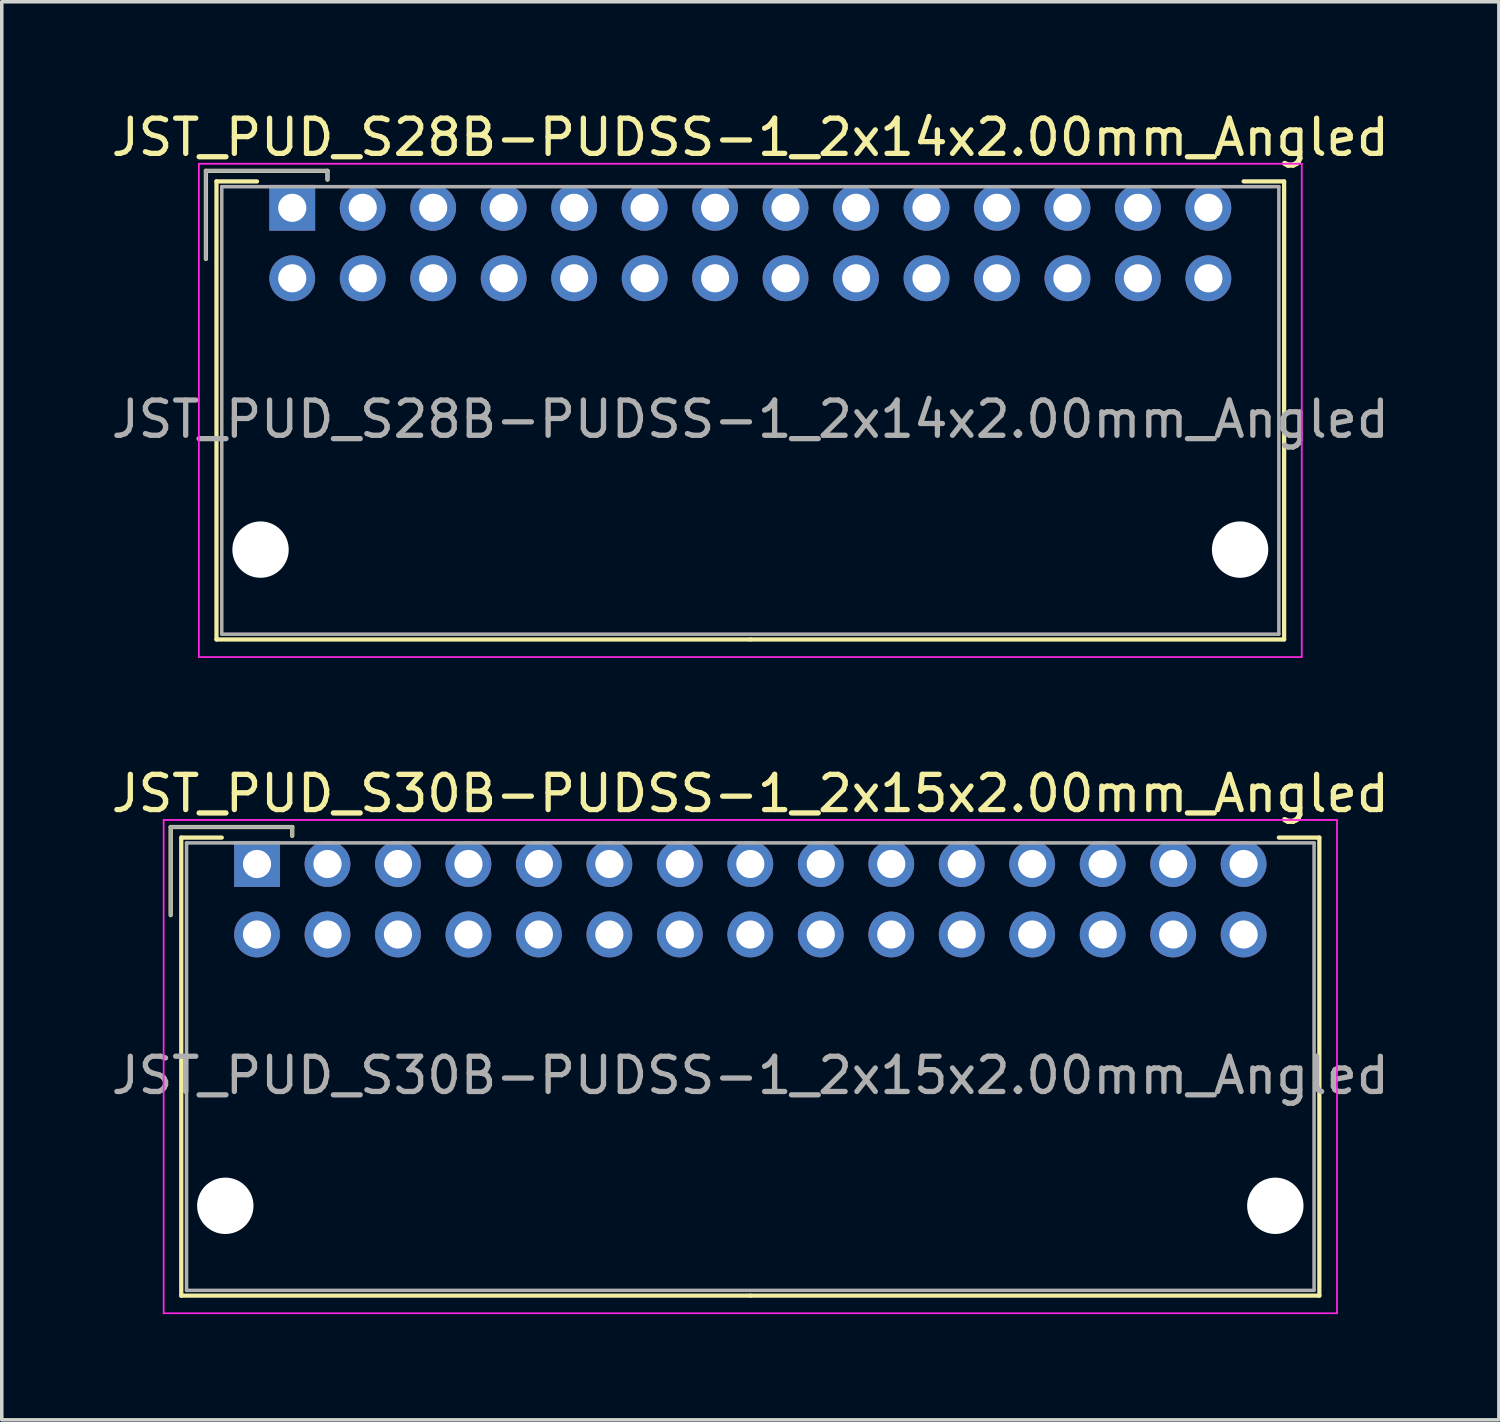
<source format=kicad_pcb>
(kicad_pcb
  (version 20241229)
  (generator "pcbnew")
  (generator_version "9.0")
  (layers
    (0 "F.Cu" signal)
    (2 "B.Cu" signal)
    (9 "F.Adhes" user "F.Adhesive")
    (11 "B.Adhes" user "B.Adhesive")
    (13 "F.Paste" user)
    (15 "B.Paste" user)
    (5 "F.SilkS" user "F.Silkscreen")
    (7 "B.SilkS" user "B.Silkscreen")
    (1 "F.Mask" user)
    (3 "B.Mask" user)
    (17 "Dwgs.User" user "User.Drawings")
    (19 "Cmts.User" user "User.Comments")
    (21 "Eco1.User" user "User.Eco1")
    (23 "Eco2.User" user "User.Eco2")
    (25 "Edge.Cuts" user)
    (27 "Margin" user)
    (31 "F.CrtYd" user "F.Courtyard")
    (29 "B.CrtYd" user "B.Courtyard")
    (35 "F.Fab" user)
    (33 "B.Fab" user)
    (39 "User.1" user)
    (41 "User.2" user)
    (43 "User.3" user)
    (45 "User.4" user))
  (footprint "JST_PUD_S28B-PUDSS-1_2x14x2.00mm_Angled"
    (layer "F.Cu")
    (at 5.244 2.848)
    (property "Reference" "JST_PUD_S28B-PUDSS-1_2x14x2.00mm_Angled" (at 13 -2 0) (layer "F.SilkS") (effects (font (size 1 1) (thickness 0.15))))
    (attr through_hole)
    (fp_line (start -2.45 -1.05) (end -2.45 1.45) (stroke (width 0.12) (type solid)) (layer "F.SilkS"))
    (fp_line (start -2.15 -0.75) (end -2.15 12.25) (stroke (width 0.12) (type solid)) (layer "F.SilkS"))
    (fp_line (start -2.15 12.25) (end 13 12.25) (stroke (width 0.12) (type solid)) (layer "F.SilkS"))
    (fp_line (start -1 -0.75) (end -2.15 -0.75) (stroke (width 0.12) (type solid)) (layer "F.SilkS"))
    (fp_line (start 1 -1.05) (end -2.45 -1.05) (stroke (width 0.12) (type solid)) (layer "F.SilkS"))
    (fp_line (start 1 -0.8) (end 1 -1.05) (stroke (width 0.12) (type solid)) (layer "F.SilkS"))
    (fp_line (start 27 -0.75) (end 28.15 -0.75) (stroke (width 0.12) (type solid)) (layer "F.SilkS"))
    (fp_line (start 28.15 -0.75) (end 28.15 12.25) (stroke (width 0.12) (type solid)) (layer "F.SilkS"))
    (fp_line (start 28.15 12.25) (end 13 12.25) (stroke (width 0.12) (type solid)) (layer "F.SilkS"))
    (fp_line (start -2.65 -1.25) (end -2.65 12.75) (stroke (width 0.05) (type solid)) (layer "F.CrtYd"))
    (fp_line (start -2.65 12.75) (end 28.65 12.75) (stroke (width 0.05) (type solid)) (layer "F.CrtYd"))
    (fp_line (start 28.65 -1.25) (end -2.65 -1.25) (stroke (width 0.05) (type solid)) (layer "F.CrtYd"))
    (fp_line (start 28.65 12.75) (end 28.65 -1.25) (stroke (width 0.05) (type solid)) (layer "F.CrtYd"))
    (fp_line (start -2.45 -1.05) (end -2.45 1.45) (stroke (width 0.1) (type solid)) (layer "F.Fab"))
    (fp_line (start -2 -0.6) (end -2 12.1) (stroke (width 0.1) (type solid)) (layer "F.Fab"))
    (fp_line (start -2 12.1) (end 28 12.1) (stroke (width 0.1) (type solid)) (layer "F.Fab"))
    (fp_line (start 1 -1.05) (end -2.45 -1.05) (stroke (width 0.1) (type solid)) (layer "F.Fab"))
    (fp_line (start 1 -0.8) (end 1 -1.05) (stroke (width 0.1) (type solid)) (layer "F.Fab"))
    (fp_line (start 28 -0.6) (end -2 -0.6) (stroke (width 0.1) (type solid)) (layer "F.Fab"))
    (fp_line (start 28 12.1) (end 28 -0.6) (stroke (width 0.1) (type solid)) (layer "F.Fab"))
    (fp_text user "${REFERENCE}" (at 13 6 0) (layer "F.Fab") (effects (font (size 1 1) (thickness 0.15))))
    (pad "" np_thru_hole circle (at -0.9 9.7) (size 1.6 1.6) (drill 1.6) (layers "*.Cu"))
    (pad "" np_thru_hole circle (at 26.9 9.7) (size 1.6 1.6) (drill 1.6) (layers "*.Cu"))
    (pad "1" thru_hole rect (at 0 0) (size 1.3 1.3) (drill 0.8) (layers "*.Cu" "*.Mask"))
    (pad "2" thru_hole circle (at 0 2) (size 1.3 1.3) (drill 0.8) (layers "*.Cu" "*.Mask"))
    (pad "3" thru_hole circle (at 2 0) (size 1.3 1.3) (drill 0.8) (layers "*.Cu" "*.Mask"))
    (pad "4" thru_hole circle (at 2 2) (size 1.3 1.3) (drill 0.8) (layers "*.Cu" "*.Mask"))
    (pad "5" thru_hole circle (at 4 0) (size 1.3 1.3) (drill 0.8) (layers "*.Cu" "*.Mask"))
    (pad "6" thru_hole circle (at 4 2) (size 1.3 1.3) (drill 0.8) (layers "*.Cu" "*.Mask"))
    (pad "7" thru_hole circle (at 6 0) (size 1.3 1.3) (drill 0.8) (layers "*.Cu" "*.Mask"))
    (pad "8" thru_hole circle (at 6 2) (size 1.3 1.3) (drill 0.8) (layers "*.Cu" "*.Mask"))
    (pad "9" thru_hole circle (at 8 0) (size 1.3 1.3) (drill 0.8) (layers "*.Cu" "*.Mask"))
    (pad "10" thru_hole circle (at 8 2) (size 1.3 1.3) (drill 0.8) (layers "*.Cu" "*.Mask"))
    (pad "11" thru_hole circle (at 10 0) (size 1.3 1.3) (drill 0.8) (layers "*.Cu" "*.Mask"))
    (pad "12" thru_hole circle (at 10 2) (size 1.3 1.3) (drill 0.8) (layers "*.Cu" "*.Mask"))
    (pad "13" thru_hole circle (at 12 0) (size 1.3 1.3) (drill 0.8) (layers "*.Cu" "*.Mask"))
    (pad "14" thru_hole circle (at 12 2) (size 1.3 1.3) (drill 0.8) (layers "*.Cu" "*.Mask"))
    (pad "15" thru_hole circle (at 14 0) (size 1.3 1.3) (drill 0.8) (layers "*.Cu" "*.Mask"))
    (pad "16" thru_hole circle (at 14 2) (size 1.3 1.3) (drill 0.8) (layers "*.Cu" "*.Mask"))
    (pad "17" thru_hole circle (at 16 0) (size 1.3 1.3) (drill 0.8) (layers "*.Cu" "*.Mask"))
    (pad "18" thru_hole circle (at 16 2) (size 1.3 1.3) (drill 0.8) (layers "*.Cu" "*.Mask"))
    (pad "19" thru_hole circle (at 18 0) (size 1.3 1.3) (drill 0.8) (layers "*.Cu" "*.Mask"))
    (pad "20" thru_hole circle (at 18 2) (size 1.3 1.3) (drill 0.8) (layers "*.Cu" "*.Mask"))
    (pad "21" thru_hole circle (at 20 0) (size 1.3 1.3) (drill 0.8) (layers "*.Cu" "*.Mask"))
    (pad "22" thru_hole circle (at 20 2) (size 1.3 1.3) (drill 0.8) (layers "*.Cu" "*.Mask"))
    (pad "23" thru_hole circle (at 22 0) (size 1.3 1.3) (drill 0.8) (layers "*.Cu" "*.Mask"))
    (pad "24" thru_hole circle (at 22 2) (size 1.3 1.3) (drill 0.8) (layers "*.Cu" "*.Mask"))
    (pad "25" thru_hole circle (at 24 0) (size 1.3 1.3) (drill 0.8) (layers "*.Cu" "*.Mask"))
    (pad "26" thru_hole circle (at 24 2) (size 1.3 1.3) (drill 0.8) (layers "*.Cu" "*.Mask"))
    (pad "27" thru_hole circle (at 26 0) (size 1.3 1.3) (drill 0.8) (layers "*.Cu" "*.Mask"))
    (pad "28" thru_hole circle (at 26 2) (size 1.3 1.3) (drill 0.8) (layers "*.Cu" "*.Mask")))
  (footprint "JST_PUD_S30B-PUDSS-1_2x15x2.00mm_Angled"
    (layer "F.Cu")
    (at 4.244 21.471)
    (property "Reference" "JST_PUD_S30B-PUDSS-1_2x15x2.00mm_Angled" (at 14 -2 0) (layer "F.SilkS") (effects (font (size 1 1) (thickness 0.15))))
    (attr through_hole)
    (fp_line (start -2.45 -1.05) (end -2.45 1.45) (stroke (width 0.12) (type solid)) (layer "F.SilkS"))
    (fp_line (start -2.15 -0.75) (end -2.15 12.25) (stroke (width 0.12) (type solid)) (layer "F.SilkS"))
    (fp_line (start -2.15 12.25) (end 14 12.25) (stroke (width 0.12) (type solid)) (layer "F.SilkS"))
    (fp_line (start -1 -0.75) (end -2.15 -0.75) (stroke (width 0.12) (type solid)) (layer "F.SilkS"))
    (fp_line (start 1 -1.05) (end -2.45 -1.05) (stroke (width 0.12) (type solid)) (layer "F.SilkS"))
    (fp_line (start 1 -0.8) (end 1 -1.05) (stroke (width 0.12) (type solid)) (layer "F.SilkS"))
    (fp_line (start 29 -0.75) (end 30.15 -0.75) (stroke (width 0.12) (type solid)) (layer "F.SilkS"))
    (fp_line (start 30.15 -0.75) (end 30.15 12.25) (stroke (width 0.12) (type solid)) (layer "F.SilkS"))
    (fp_line (start 30.15 12.25) (end 14 12.25) (stroke (width 0.12) (type solid)) (layer "F.SilkS"))
    (fp_line (start -2.65 -1.25) (end -2.65 12.75) (stroke (width 0.05) (type solid)) (layer "F.CrtYd"))
    (fp_line (start -2.65 12.75) (end 30.65 12.75) (stroke (width 0.05) (type solid)) (layer "F.CrtYd"))
    (fp_line (start 30.65 -1.25) (end -2.65 -1.25) (stroke (width 0.05) (type solid)) (layer "F.CrtYd"))
    (fp_line (start 30.65 12.75) (end 30.65 -1.25) (stroke (width 0.05) (type solid)) (layer "F.CrtYd"))
    (fp_line (start -2.45 -1.05) (end -2.45 1.45) (stroke (width 0.1) (type solid)) (layer "F.Fab"))
    (fp_line (start -2 -0.6) (end -2 12.1) (stroke (width 0.1) (type solid)) (layer "F.Fab"))
    (fp_line (start -2 12.1) (end 30 12.1) (stroke (width 0.1) (type solid)) (layer "F.Fab"))
    (fp_line (start 1 -1.05) (end -2.45 -1.05) (stroke (width 0.1) (type solid)) (layer "F.Fab"))
    (fp_line (start 1 -0.8) (end 1 -1.05) (stroke (width 0.1) (type solid)) (layer "F.Fab"))
    (fp_line (start 30 -0.6) (end -2 -0.6) (stroke (width 0.1) (type solid)) (layer "F.Fab"))
    (fp_line (start 30 12.1) (end 30 -0.6) (stroke (width 0.1) (type solid)) (layer "F.Fab"))
    (fp_text user "${REFERENCE}" (at 14 6 0) (layer "F.Fab") (effects (font (size 1 1) (thickness 0.15))))
    (pad "" np_thru_hole circle (at -0.9 9.7) (size 1.6 1.6) (drill 1.6) (layers "*.Cu"))
    (pad "" np_thru_hole circle (at 28.9 9.7) (size 1.6 1.6) (drill 1.6) (layers "*.Cu"))
    (pad "1" thru_hole rect (at 0 0) (size 1.3 1.3) (drill 0.8) (layers "*.Cu" "*.Mask"))
    (pad "2" thru_hole circle (at 0 2) (size 1.3 1.3) (drill 0.8) (layers "*.Cu" "*.Mask"))
    (pad "3" thru_hole circle (at 2 0) (size 1.3 1.3) (drill 0.8) (layers "*.Cu" "*.Mask"))
    (pad "4" thru_hole circle (at 2 2) (size 1.3 1.3) (drill 0.8) (layers "*.Cu" "*.Mask"))
    (pad "5" thru_hole circle (at 4 0) (size 1.3 1.3) (drill 0.8) (layers "*.Cu" "*.Mask"))
    (pad "6" thru_hole circle (at 4 2) (size 1.3 1.3) (drill 0.8) (layers "*.Cu" "*.Mask"))
    (pad "7" thru_hole circle (at 6 0) (size 1.3 1.3) (drill 0.8) (layers "*.Cu" "*.Mask"))
    (pad "8" thru_hole circle (at 6 2) (size 1.3 1.3) (drill 0.8) (layers "*.Cu" "*.Mask"))
    (pad "9" thru_hole circle (at 8 0) (size 1.3 1.3) (drill 0.8) (layers "*.Cu" "*.Mask"))
    (pad "10" thru_hole circle (at 8 2) (size 1.3 1.3) (drill 0.8) (layers "*.Cu" "*.Mask"))
    (pad "11" thru_hole circle (at 10 0) (size 1.3 1.3) (drill 0.8) (layers "*.Cu" "*.Mask"))
    (pad "12" thru_hole circle (at 10 2) (size 1.3 1.3) (drill 0.8) (layers "*.Cu" "*.Mask"))
    (pad "13" thru_hole circle (at 12 0) (size 1.3 1.3) (drill 0.8) (layers "*.Cu" "*.Mask"))
    (pad "14" thru_hole circle (at 12 2) (size 1.3 1.3) (drill 0.8) (layers "*.Cu" "*.Mask"))
    (pad "15" thru_hole circle (at 14 0) (size 1.3 1.3) (drill 0.8) (layers "*.Cu" "*.Mask"))
    (pad "16" thru_hole circle (at 14 2) (size 1.3 1.3) (drill 0.8) (layers "*.Cu" "*.Mask"))
    (pad "17" thru_hole circle (at 16 0) (size 1.3 1.3) (drill 0.8) (layers "*.Cu" "*.Mask"))
    (pad "18" thru_hole circle (at 16 2) (size 1.3 1.3) (drill 0.8) (layers "*.Cu" "*.Mask"))
    (pad "19" thru_hole circle (at 18 0) (size 1.3 1.3) (drill 0.8) (layers "*.Cu" "*.Mask"))
    (pad "20" thru_hole circle (at 18 2) (size 1.3 1.3) (drill 0.8) (layers "*.Cu" "*.Mask"))
    (pad "21" thru_hole circle (at 20 0) (size 1.3 1.3) (drill 0.8) (layers "*.Cu" "*.Mask"))
    (pad "22" thru_hole circle (at 20 2) (size 1.3 1.3) (drill 0.8) (layers "*.Cu" "*.Mask"))
    (pad "23" thru_hole circle (at 22 0) (size 1.3 1.3) (drill 0.8) (layers "*.Cu" "*.Mask"))
    (pad "24" thru_hole circle (at 22 2) (size 1.3 1.3) (drill 0.8) (layers "*.Cu" "*.Mask"))
    (pad "25" thru_hole circle (at 24 0) (size 1.3 1.3) (drill 0.8) (layers "*.Cu" "*.Mask"))
    (pad "26" thru_hole circle (at 24 2) (size 1.3 1.3) (drill 0.8) (layers "*.Cu" "*.Mask"))
    (pad "27" thru_hole circle (at 26 0) (size 1.3 1.3) (drill 0.8) (layers "*.Cu" "*.Mask"))
    (pad "28" thru_hole circle (at 26 2) (size 1.3 1.3) (drill 0.8) (layers "*.Cu" "*.Mask"))
    (pad "29" thru_hole circle (at 28 0) (size 1.3 1.3) (drill 0.8) (layers "*.Cu" "*.Mask"))
    (pad "30" thru_hole circle (at 28 2) (size 1.3 1.3) (drill 0.8) (layers "*.Cu" "*.Mask")))
  (gr_rect
    (start -3 -3)
    (end 39.488 37.246)
    (stroke (width 0.1) (type default))
    (fill no)
    (layer "Edge.Cuts")))
</source>
